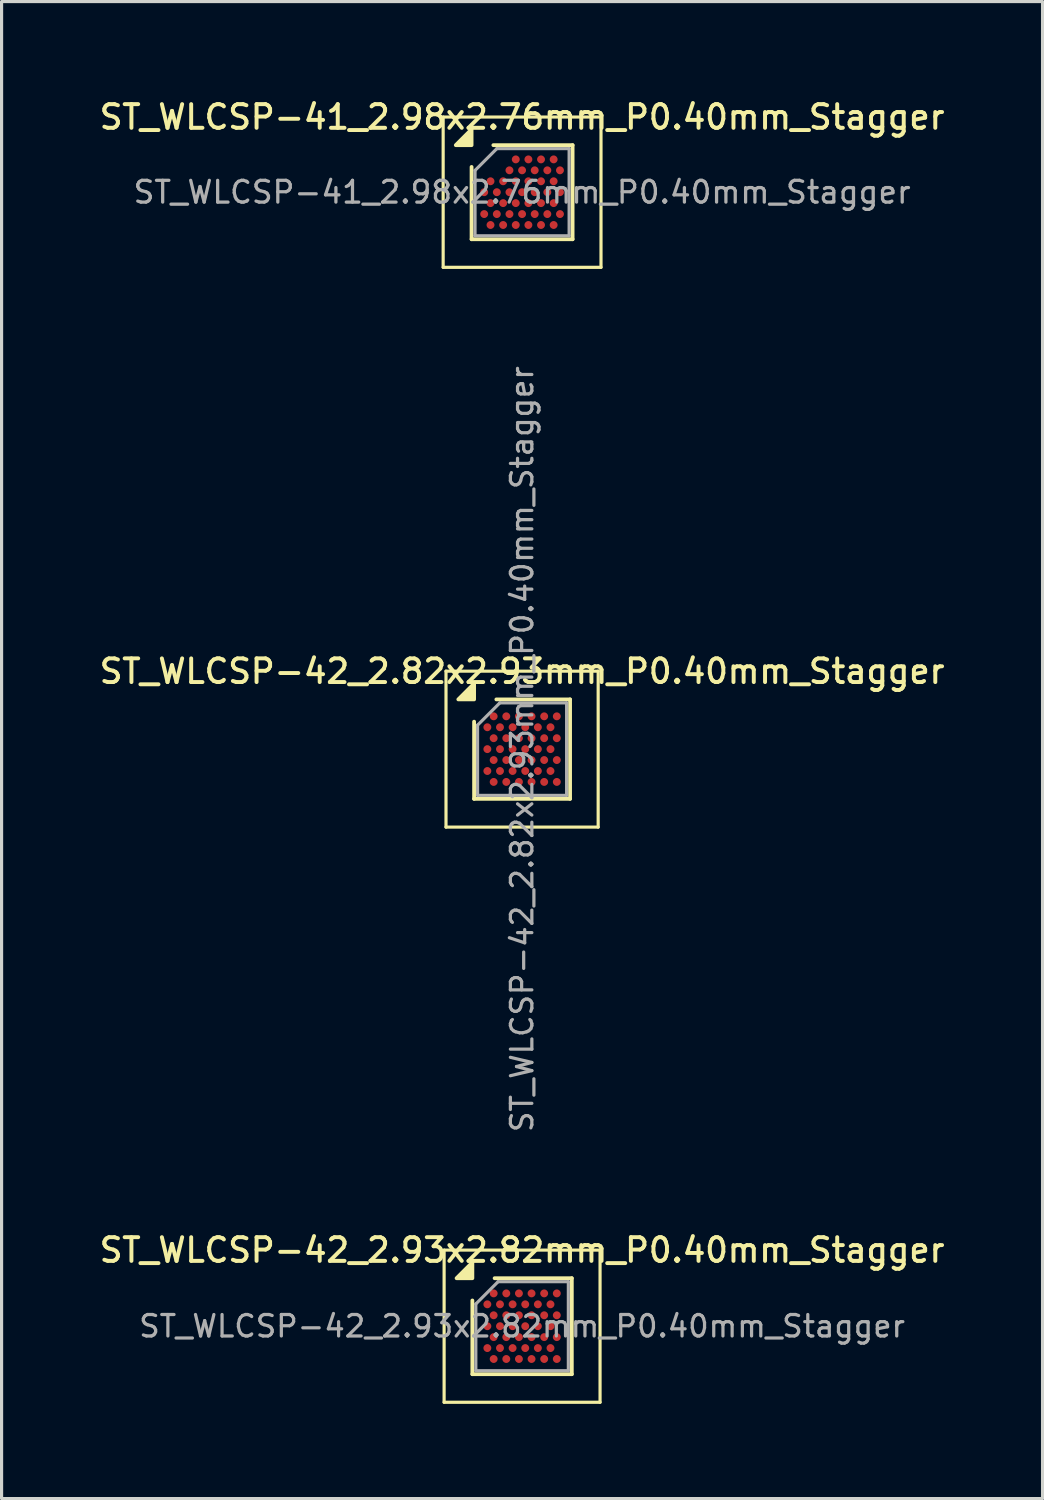
<source format=kicad_pcb>
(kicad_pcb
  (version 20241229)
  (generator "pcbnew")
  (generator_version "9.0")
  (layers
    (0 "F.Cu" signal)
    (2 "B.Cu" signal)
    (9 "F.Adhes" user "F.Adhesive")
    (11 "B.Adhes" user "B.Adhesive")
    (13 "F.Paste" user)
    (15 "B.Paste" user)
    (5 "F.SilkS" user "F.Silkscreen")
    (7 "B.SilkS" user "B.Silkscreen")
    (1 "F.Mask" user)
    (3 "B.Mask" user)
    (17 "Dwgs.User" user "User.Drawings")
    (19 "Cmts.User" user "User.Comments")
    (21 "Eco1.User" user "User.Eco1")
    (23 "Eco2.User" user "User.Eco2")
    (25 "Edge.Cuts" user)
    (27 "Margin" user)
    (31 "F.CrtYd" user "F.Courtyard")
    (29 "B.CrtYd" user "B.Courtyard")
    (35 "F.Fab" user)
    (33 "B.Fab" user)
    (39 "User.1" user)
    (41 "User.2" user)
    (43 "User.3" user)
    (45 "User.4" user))
  (footprint "ST_WLCSP-41_2.98x2.76mm_P0.40mm_Stagger"
    (layer "F.Cu")
    (at 13.488 3.038)
    (property "Reference" "ST_WLCSP-41_2.98x2.76mm_P0.40mm_Stagger" (at 0 -2.38 0) (layer "F.SilkS") (effects (font (size 0.75 0.75) (thickness 0.125))))
    (attr smd)
    (fp_line (start -2.5 -2.38) (end -2.5 2.38) (stroke (width 0.1) (type solid)) (layer "F.SilkS"))
    (fp_line (start -2.5 2.38) (end 2.5 2.38) (stroke (width 0.1) (type solid)) (layer "F.SilkS"))
    (fp_line (start -1.6 1.49) (end -1.6 -0.8) (stroke (width 0.12) (type solid)) (layer "F.SilkS"))
    (fp_line (start -0.91 -1.49) (end 1.6 -1.49) (stroke (width 0.12) (type solid)) (layer "F.SilkS"))
    (fp_line (start 1.6 -1.49) (end 1.6 1.49) (stroke (width 0.12) (type solid)) (layer "F.SilkS"))
    (fp_line (start 1.6 1.49) (end -1.6 1.49) (stroke (width 0.12) (type solid)) (layer "F.SilkS"))
    (fp_line (start 2.5 -2.38) (end -2.5 -2.38) (stroke (width 0.1) (type solid)) (layer "F.SilkS"))
    (fp_line (start 2.5 2.38) (end 2.5 -2.38) (stroke (width 0.1) (type solid)) (layer "F.SilkS"))
    (fp_poly (pts (xy -1.6 -1.49) (xy -2.1 -1.49) (xy -1.6 -1.99) (xy -1.6 -1.49)) (stroke (width 0.12) (type solid)) (fill yes) (layer "F.SilkS"))
    (fp_line (start -1.49 -0.69) (end -0.8 -1.38) (stroke (width 0.1) (type solid)) (layer "F.Fab"))
    (fp_line (start -1.49 1.38) (end -1.49 -0.69) (stroke (width 0.1) (type solid)) (layer "F.Fab"))
    (fp_line (start -0.8 -1.38) (end 1.49 -1.38) (stroke (width 0.1) (type solid)) (layer "F.Fab"))
    (fp_line (start 1.49 -1.38) (end 1.49 1.38) (stroke (width 0.1) (type solid)) (layer "F.Fab"))
    (fp_line (start 1.49 1.38) (end -1.49 1.38) (stroke (width 0.1) (type solid)) (layer "F.Fab"))
    (fp_text user "${REFERENCE}" (at 0 0 0) (layer "F.Fab") (effects (font (size 0.69 0.69) (thickness 0.103))))
    (pad "A6" smd circle (at -0.2 -1.039) (size 0.25 0.25) (property pad_prop_bga) (layers "F.Cu" "F.Mask" "F.Paste"))
    (pad "A8" smd circle (at 0.2 -1.039) (size 0.25 0.25) (property pad_prop_bga) (layers "F.Cu" "F.Mask" "F.Paste"))
    (pad "A10" smd circle (at 0.6 -1.039) (size 0.25 0.25) (property pad_prop_bga) (layers "F.Cu" "F.Mask" "F.Paste"))
    (pad "A12" smd circle (at 1 -1.039) (size 0.25 0.25) (property pad_prop_bga) (layers "F.Cu" "F.Mask" "F.Paste"))
    (pad "B5" smd circle (at -0.4 -0.693) (size 0.25 0.25) (property pad_prop_bga) (layers "F.Cu" "F.Mask" "F.Paste"))
    (pad "B7" smd circle (at 0 -0.693) (size 0.25 0.25) (property pad_prop_bga) (layers "F.Cu" "F.Mask" "F.Paste"))
    (pad "B9" smd circle (at 0.4 -0.693) (size 0.25 0.25) (property pad_prop_bga) (layers "F.Cu" "F.Mask" "F.Paste"))
    (pad "B11" smd circle (at 0.8 -0.693) (size 0.25 0.25) (property pad_prop_bga) (layers "F.Cu" "F.Mask" "F.Paste"))
    (pad "B13" smd circle (at 1.2 -0.693) (size 0.25 0.25) (property pad_prop_bga) (layers "F.Cu" "F.Mask" "F.Paste"))
    (pad "C2" smd circle (at -1 -0.346) (size 0.25 0.25) (property pad_prop_bga) (layers "F.Cu" "F.Mask" "F.Paste"))
    (pad "C4" smd circle (at -0.6 -0.346) (size 0.25 0.25) (property pad_prop_bga) (layers "F.Cu" "F.Mask" "F.Paste"))
    (pad "C6" smd circle (at -0.2 -0.346) (size 0.25 0.25) (property pad_prop_bga) (layers "F.Cu" "F.Mask" "F.Paste"))
    (pad "C8" smd circle (at 0.2 -0.346) (size 0.25 0.25) (property pad_prop_bga) (layers "F.Cu" "F.Mask" "F.Paste"))
    (pad "C10" smd circle (at 0.6 -0.346) (size 0.25 0.25) (property pad_prop_bga) (layers "F.Cu" "F.Mask" "F.Paste"))
    (pad "C12" smd circle (at 1 -0.346) (size 0.25 0.25) (property pad_prop_bga) (layers "F.Cu" "F.Mask" "F.Paste"))
    (pad "D1" smd circle (at -1.2 0) (size 0.25 0.25) (property pad_prop_bga) (layers "F.Cu" "F.Mask" "F.Paste"))
    (pad "D3" smd circle (at -0.8 0) (size 0.25 0.25) (property pad_prop_bga) (layers "F.Cu" "F.Mask" "F.Paste"))
    (pad "D5" smd circle (at -0.4 0) (size 0.25 0.25) (property pad_prop_bga) (layers "F.Cu" "F.Mask" "F.Paste"))
    (pad "D7" smd circle (at 0 0) (size 0.25 0.25) (property pad_prop_bga) (layers "F.Cu" "F.Mask" "F.Paste"))
    (pad "D9" smd circle (at 0.4 0) (size 0.25 0.25) (property pad_prop_bga) (layers "F.Cu" "F.Mask" "F.Paste"))
    (pad "D11" smd circle (at 0.8 0) (size 0.25 0.25) (property pad_prop_bga) (layers "F.Cu" "F.Mask" "F.Paste"))
    (pad "D13" smd circle (at 1.2 0) (size 0.25 0.25) (property pad_prop_bga) (layers "F.Cu" "F.Mask" "F.Paste"))
    (pad "E2" smd circle (at -1 0.346) (size 0.25 0.25) (property pad_prop_bga) (layers "F.Cu" "F.Mask" "F.Paste"))
    (pad "E4" smd circle (at -0.6 0.346) (size 0.25 0.25) (property pad_prop_bga) (layers "F.Cu" "F.Mask" "F.Paste"))
    (pad "E6" smd circle (at -0.2 0.346) (size 0.25 0.25) (property pad_prop_bga) (layers "F.Cu" "F.Mask" "F.Paste"))
    (pad "E8" smd circle (at 0.2 0.346) (size 0.25 0.25) (property pad_prop_bga) (layers "F.Cu" "F.Mask" "F.Paste"))
    (pad "E10" smd circle (at 0.6 0.346) (size 0.25 0.25) (property pad_prop_bga) (layers "F.Cu" "F.Mask" "F.Paste"))
    (pad "E12" smd circle (at 1 0.346) (size 0.25 0.25) (property pad_prop_bga) (layers "F.Cu" "F.Mask" "F.Paste"))
    (pad "F1" smd circle (at -1.2 0.693) (size 0.25 0.25) (property pad_prop_bga) (layers "F.Cu" "F.Mask" "F.Paste"))
    (pad "F3" smd circle (at -0.8 0.693) (size 0.25 0.25) (property pad_prop_bga) (layers "F.Cu" "F.Mask" "F.Paste"))
    (pad "F5" smd circle (at -0.4 0.693) (size 0.25 0.25) (property pad_prop_bga) (layers "F.Cu" "F.Mask" "F.Paste"))
    (pad "F7" smd circle (at 0 0.693) (size 0.25 0.25) (property pad_prop_bga) (layers "F.Cu" "F.Mask" "F.Paste"))
    (pad "F9" smd circle (at 0.4 0.693) (size 0.25 0.25) (property pad_prop_bga) (layers "F.Cu" "F.Mask" "F.Paste"))
    (pad "F11" smd circle (at 0.8 0.693) (size 0.25 0.25) (property pad_prop_bga) (layers "F.Cu" "F.Mask" "F.Paste"))
    (pad "F13" smd circle (at 1.2 0.693) (size 0.25 0.25) (property pad_prop_bga) (layers "F.Cu" "F.Mask" "F.Paste"))
    (pad "G2" smd circle (at -1 1.039) (size 0.25 0.25) (property pad_prop_bga) (layers "F.Cu" "F.Mask" "F.Paste"))
    (pad "G4" smd circle (at -0.6 1.039) (size 0.25 0.25) (property pad_prop_bga) (layers "F.Cu" "F.Mask" "F.Paste"))
    (pad "G6" smd circle (at -0.2 1.039) (size 0.25 0.25) (property pad_prop_bga) (layers "F.Cu" "F.Mask" "F.Paste"))
    (pad "G8" smd circle (at 0.2 1.039) (size 0.25 0.25) (property pad_prop_bga) (layers "F.Cu" "F.Mask" "F.Paste"))
    (pad "G10" smd circle (at 0.6 1.039) (size 0.25 0.25) (property pad_prop_bga) (layers "F.Cu" "F.Mask" "F.Paste"))
    (pad "G12" smd circle (at 1 1.039) (size 0.25 0.25) (property pad_prop_bga) (layers "F.Cu" "F.Mask" "F.Paste")))
  (footprint "ST_WLCSP-42_2.82x2.93mm_P0.40mm_Stagger"
    (layer "F.Cu")
    (at 13.488 20.68)
    (property "Reference" "ST_WLCSP-42_2.82x2.93mm_P0.40mm_Stagger" (at 0 -2.465 0) (layer "F.SilkS") (effects (font (size 0.75 0.75) (thickness 0.125))))
    (attr smd)
    (fp_line (start -2.41 -2.47) (end -2.41 2.47) (stroke (width 0.1) (type solid)) (layer "F.SilkS"))
    (fp_line (start -2.41 2.47) (end 2.41 2.47) (stroke (width 0.1) (type solid)) (layer "F.SilkS"))
    (fp_line (start -1.52 1.575) (end -1.52 -0.87) (stroke (width 0.12) (type solid)) (layer "F.SilkS"))
    (fp_line (start -0.815 -1.575) (end 1.52 -1.575) (stroke (width 0.12) (type solid)) (layer "F.SilkS"))
    (fp_line (start 1.52 -1.575) (end 1.52 1.575) (stroke (width 0.12) (type solid)) (layer "F.SilkS"))
    (fp_line (start 1.52 1.575) (end -1.52 1.575) (stroke (width 0.12) (type solid)) (layer "F.SilkS"))
    (fp_line (start 2.41 -2.47) (end -2.41 -2.47) (stroke (width 0.1) (type solid)) (layer "F.SilkS"))
    (fp_line (start 2.41 2.47) (end 2.41 -2.47) (stroke (width 0.1) (type solid)) (layer "F.SilkS"))
    (fp_poly (pts (xy -1.52 -1.575) (xy -2.02 -1.575) (xy -1.52 -2.075) (xy -1.52 -1.575)) (stroke (width 0.12) (type solid)) (fill yes) (layer "F.SilkS"))
    (fp_line (start -1.41 -0.76) (end -0.705 -1.465) (stroke (width 0.1) (type solid)) (layer "F.Fab"))
    (fp_line (start -1.41 1.465) (end -1.41 -0.76) (stroke (width 0.1) (type solid)) (layer "F.Fab"))
    (fp_line (start -0.705 -1.465) (end 1.41 -1.465) (stroke (width 0.1) (type solid)) (layer "F.Fab"))
    (fp_line (start 1.41 -1.465) (end 1.41 1.465) (stroke (width 0.1) (type solid)) (layer "F.Fab"))
    (fp_line (start 1.41 1.465) (end -1.41 1.465) (stroke (width 0.1) (type solid)) (layer "F.Fab"))
    (fp_text user "${REFERENCE}" (at 0 0 270) (layer "F.Fab") (effects (font (size 0.68 0.68) (thickness 0.102))))
    (pad "A2" smd circle (at -0.9 -1.039) (size 0.25 0.25) (property pad_prop_bga) (layers "F.Cu" "F.Mask" "F.Paste"))
    (pad "A4" smd circle (at -0.5 -1.039) (size 0.25 0.25) (property pad_prop_bga) (layers "F.Cu" "F.Mask" "F.Paste"))
    (pad "A6" smd circle (at -0.1 -1.039) (size 0.25 0.25) (property pad_prop_bga) (layers "F.Cu" "F.Mask" "F.Paste"))
    (pad "A8" smd circle (at 0.3 -1.039) (size 0.25 0.25) (property pad_prop_bga) (layers "F.Cu" "F.Mask" "F.Paste"))
    (pad "A10" smd circle (at 0.7 -1.039) (size 0.25 0.25) (property pad_prop_bga) (layers "F.Cu" "F.Mask" "F.Paste"))
    (pad "A12" smd circle (at 1.1 -1.039) (size 0.25 0.25) (property pad_prop_bga) (layers "F.Cu" "F.Mask" "F.Paste"))
    (pad "B1" smd circle (at -1.1 -0.693) (size 0.25 0.25) (property pad_prop_bga) (layers "F.Cu" "F.Mask" "F.Paste"))
    (pad "B3" smd circle (at -0.7 -0.693) (size 0.25 0.25) (property pad_prop_bga) (layers "F.Cu" "F.Mask" "F.Paste"))
    (pad "B5" smd circle (at -0.3 -0.693) (size 0.25 0.25) (property pad_prop_bga) (layers "F.Cu" "F.Mask" "F.Paste"))
    (pad "B7" smd circle (at 0.1 -0.693) (size 0.25 0.25) (property pad_prop_bga) (layers "F.Cu" "F.Mask" "F.Paste"))
    (pad "B9" smd circle (at 0.5 -0.693) (size 0.25 0.25) (property pad_prop_bga) (layers "F.Cu" "F.Mask" "F.Paste"))
    (pad "B11" smd circle (at 0.9 -0.693) (size 0.25 0.25) (property pad_prop_bga) (layers "F.Cu" "F.Mask" "F.Paste"))
    (pad "C2" smd circle (at -0.9 -0.346) (size 0.25 0.25) (property pad_prop_bga) (layers "F.Cu" "F.Mask" "F.Paste"))
    (pad "C4" smd circle (at -0.5 -0.346) (size 0.25 0.25) (property pad_prop_bga) (layers "F.Cu" "F.Mask" "F.Paste"))
    (pad "C6" smd circle (at -0.1 -0.346) (size 0.25 0.25) (property pad_prop_bga) (layers "F.Cu" "F.Mask" "F.Paste"))
    (pad "C8" smd circle (at 0.3 -0.346) (size 0.25 0.25) (property pad_prop_bga) (layers "F.Cu" "F.Mask" "F.Paste"))
    (pad "C10" smd circle (at 0.7 -0.346) (size 0.25 0.25) (property pad_prop_bga) (layers "F.Cu" "F.Mask" "F.Paste"))
    (pad "C12" smd circle (at 1.1 -0.346) (size 0.25 0.25) (property pad_prop_bga) (layers "F.Cu" "F.Mask" "F.Paste"))
    (pad "D1" smd circle (at -1.1 0) (size 0.25 0.25) (property pad_prop_bga) (layers "F.Cu" "F.Mask" "F.Paste"))
    (pad "D3" smd circle (at -0.7 0) (size 0.25 0.25) (property pad_prop_bga) (layers "F.Cu" "F.Mask" "F.Paste"))
    (pad "D5" smd circle (at -0.3 0) (size 0.25 0.25) (property pad_prop_bga) (layers "F.Cu" "F.Mask" "F.Paste"))
    (pad "D7" smd circle (at 0.1 0) (size 0.25 0.25) (property pad_prop_bga) (layers "F.Cu" "F.Mask" "F.Paste"))
    (pad "D9" smd circle (at 0.5 0) (size 0.25 0.25) (property pad_prop_bga) (layers "F.Cu" "F.Mask" "F.Paste"))
    (pad "D11" smd circle (at 0.9 0) (size 0.25 0.25) (property pad_prop_bga) (layers "F.Cu" "F.Mask" "F.Paste"))
    (pad "E2" smd circle (at -0.9 0.346) (size 0.25 0.25) (property pad_prop_bga) (layers "F.Cu" "F.Mask" "F.Paste"))
    (pad "E4" smd circle (at -0.5 0.346) (size 0.25 0.25) (property pad_prop_bga) (layers "F.Cu" "F.Mask" "F.Paste"))
    (pad "E6" smd circle (at -0.1 0.346) (size 0.25 0.25) (property pad_prop_bga) (layers "F.Cu" "F.Mask" "F.Paste"))
    (pad "E8" smd circle (at 0.3 0.346) (size 0.25 0.25) (property pad_prop_bga) (layers "F.Cu" "F.Mask" "F.Paste"))
    (pad "E10" smd circle (at 0.7 0.346) (size 0.25 0.25) (property pad_prop_bga) (layers "F.Cu" "F.Mask" "F.Paste"))
    (pad "E12" smd circle (at 1.1 0.346) (size 0.25 0.25) (property pad_prop_bga) (layers "F.Cu" "F.Mask" "F.Paste"))
    (pad "F1" smd circle (at -1.1 0.693) (size 0.25 0.25) (property pad_prop_bga) (layers "F.Cu" "F.Mask" "F.Paste"))
    (pad "F3" smd circle (at -0.7 0.693) (size 0.25 0.25) (property pad_prop_bga) (layers "F.Cu" "F.Mask" "F.Paste"))
    (pad "F5" smd circle (at -0.3 0.693) (size 0.25 0.25) (property pad_prop_bga) (layers "F.Cu" "F.Mask" "F.Paste"))
    (pad "F7" smd circle (at 0.1 0.693) (size 0.25 0.25) (property pad_prop_bga) (layers "F.Cu" "F.Mask" "F.Paste"))
    (pad "F9" smd circle (at 0.5 0.693) (size 0.25 0.25) (property pad_prop_bga) (layers "F.Cu" "F.Mask" "F.Paste"))
    (pad "F11" smd circle (at 0.9 0.693) (size 0.25 0.25) (property pad_prop_bga) (layers "F.Cu" "F.Mask" "F.Paste"))
    (pad "G2" smd circle (at -0.9 1.039) (size 0.25 0.25) (property pad_prop_bga) (layers "F.Cu" "F.Mask" "F.Paste"))
    (pad "G4" smd circle (at -0.5 1.039) (size 0.25 0.25) (property pad_prop_bga) (layers "F.Cu" "F.Mask" "F.Paste"))
    (pad "G6" smd circle (at -0.1 1.039) (size 0.25 0.25) (property pad_prop_bga) (layers "F.Cu" "F.Mask" "F.Paste"))
    (pad "G8" smd circle (at 0.3 1.039) (size 0.25 0.25) (property pad_prop_bga) (layers "F.Cu" "F.Mask" "F.Paste"))
    (pad "G10" smd circle (at 0.7 1.039) (size 0.25 0.25) (property pad_prop_bga) (layers "F.Cu" "F.Mask" "F.Paste"))
    (pad "G12" smd circle (at 1.1 1.039) (size 0.25 0.25) (property pad_prop_bga) (layers "F.Cu" "F.Mask" "F.Paste")))
  (footprint "ST_WLCSP-42_2.93x2.82mm_P0.40mm_Stagger"
    (layer "F.Cu")
    (at 13.488 38.96)
    (property "Reference" "ST_WLCSP-42_2.93x2.82mm_P0.40mm_Stagger" (at 0 -2.41 0) (layer "F.SilkS") (effects (font (size 0.75 0.75) (thickness 0.125))))
    (attr smd)
    (fp_line (start -2.47 -2.41) (end -2.47 2.41) (stroke (width 0.1) (type solid)) (layer "F.SilkS"))
    (fp_line (start -2.47 2.41) (end 2.47 2.41) (stroke (width 0.1) (type solid)) (layer "F.SilkS"))
    (fp_line (start -1.575 1.52) (end -1.575 -0.815) (stroke (width 0.12) (type solid)) (layer "F.SilkS"))
    (fp_line (start -0.87 -1.52) (end 1.575 -1.52) (stroke (width 0.12) (type solid)) (layer "F.SilkS"))
    (fp_line (start 1.575 -1.52) (end 1.575 1.52) (stroke (width 0.12) (type solid)) (layer "F.SilkS"))
    (fp_line (start 1.575 1.52) (end -1.575 1.52) (stroke (width 0.12) (type solid)) (layer "F.SilkS"))
    (fp_line (start 2.47 -2.41) (end -2.47 -2.41) (stroke (width 0.1) (type solid)) (layer "F.SilkS"))
    (fp_line (start 2.47 2.41) (end 2.47 -2.41) (stroke (width 0.1) (type solid)) (layer "F.SilkS"))
    (fp_poly (pts (xy -1.575 -1.52) (xy -2.075 -1.52) (xy -1.575 -2.02) (xy -1.575 -1.52)) (stroke (width 0.12) (type solid)) (fill yes) (layer "F.SilkS"))
    (fp_line (start -1.465 -0.705) (end -0.76 -1.41) (stroke (width 0.1) (type solid)) (layer "F.Fab"))
    (fp_line (start -1.465 1.41) (end -1.465 -0.705) (stroke (width 0.1) (type solid)) (layer "F.Fab"))
    (fp_line (start -0.76 -1.41) (end 1.465 -1.41) (stroke (width 0.1) (type solid)) (layer "F.Fab"))
    (fp_line (start 1.465 -1.41) (end 1.465 1.41) (stroke (width 0.1) (type solid)) (layer "F.Fab"))
    (fp_line (start 1.465 1.41) (end -1.465 1.41) (stroke (width 0.1) (type solid)) (layer "F.Fab"))
    (fp_text user "${REFERENCE}" (at 0 0 0) (layer "F.Fab") (effects (font (size 0.68 0.68) (thickness 0.102))))
    (pad "A2" smd circle (at -0.9 -1.039) (size 0.25 0.25) (property pad_prop_bga) (layers "F.Cu" "F.Mask" "F.Paste"))
    (pad "A4" smd circle (at -0.5 -1.039) (size 0.25 0.25) (property pad_prop_bga) (layers "F.Cu" "F.Mask" "F.Paste"))
    (pad "A6" smd circle (at -0.1 -1.039) (size 0.25 0.25) (property pad_prop_bga) (layers "F.Cu" "F.Mask" "F.Paste"))
    (pad "A8" smd circle (at 0.3 -1.039) (size 0.25 0.25) (property pad_prop_bga) (layers "F.Cu" "F.Mask" "F.Paste"))
    (pad "A10" smd circle (at 0.7 -1.039) (size 0.25 0.25) (property pad_prop_bga) (layers "F.Cu" "F.Mask" "F.Paste"))
    (pad "A12" smd circle (at 1.1 -1.039) (size 0.25 0.25) (property pad_prop_bga) (layers "F.Cu" "F.Mask" "F.Paste"))
    (pad "B1" smd circle (at -1.1 -0.693) (size 0.25 0.25) (property pad_prop_bga) (layers "F.Cu" "F.Mask" "F.Paste"))
    (pad "B3" smd circle (at -0.7 -0.693) (size 0.25 0.25) (property pad_prop_bga) (layers "F.Cu" "F.Mask" "F.Paste"))
    (pad "B5" smd circle (at -0.3 -0.693) (size 0.25 0.25) (property pad_prop_bga) (layers "F.Cu" "F.Mask" "F.Paste"))
    (pad "B7" smd circle (at 0.1 -0.693) (size 0.25 0.25) (property pad_prop_bga) (layers "F.Cu" "F.Mask" "F.Paste"))
    (pad "B9" smd circle (at 0.5 -0.693) (size 0.25 0.25) (property pad_prop_bga) (layers "F.Cu" "F.Mask" "F.Paste"))
    (pad "B11" smd circle (at 0.9 -0.693) (size 0.25 0.25) (property pad_prop_bga) (layers "F.Cu" "F.Mask" "F.Paste"))
    (pad "C2" smd circle (at -0.9 -0.346) (size 0.25 0.25) (property pad_prop_bga) (layers "F.Cu" "F.Mask" "F.Paste"))
    (pad "C4" smd circle (at -0.5 -0.346) (size 0.25 0.25) (property pad_prop_bga) (layers "F.Cu" "F.Mask" "F.Paste"))
    (pad "C6" smd circle (at -0.1 -0.346) (size 0.25 0.25) (property pad_prop_bga) (layers "F.Cu" "F.Mask" "F.Paste"))
    (pad "C8" smd circle (at 0.3 -0.346) (size 0.25 0.25) (property pad_prop_bga) (layers "F.Cu" "F.Mask" "F.Paste"))
    (pad "C10" smd circle (at 0.7 -0.346) (size 0.25 0.25) (property pad_prop_bga) (layers "F.Cu" "F.Mask" "F.Paste"))
    (pad "C12" smd circle (at 1.1 -0.346) (size 0.25 0.25) (property pad_prop_bga) (layers "F.Cu" "F.Mask" "F.Paste"))
    (pad "D1" smd circle (at -1.1 0) (size 0.25 0.25) (property pad_prop_bga) (layers "F.Cu" "F.Mask" "F.Paste"))
    (pad "D3" smd circle (at -0.7 0) (size 0.25 0.25) (property pad_prop_bga) (layers "F.Cu" "F.Mask" "F.Paste"))
    (pad "D5" smd circle (at -0.3 0) (size 0.25 0.25) (property pad_prop_bga) (layers "F.Cu" "F.Mask" "F.Paste"))
    (pad "D7" smd circle (at 0.1 0) (size 0.25 0.25) (property pad_prop_bga) (layers "F.Cu" "F.Mask" "F.Paste"))
    (pad "D9" smd circle (at 0.5 0) (size 0.25 0.25) (property pad_prop_bga) (layers "F.Cu" "F.Mask" "F.Paste"))
    (pad "D11" smd circle (at 0.9 0) (size 0.25 0.25) (property pad_prop_bga) (layers "F.Cu" "F.Mask" "F.Paste"))
    (pad "E2" smd circle (at -0.9 0.346) (size 0.25 0.25) (property pad_prop_bga) (layers "F.Cu" "F.Mask" "F.Paste"))
    (pad "E4" smd circle (at -0.5 0.346) (size 0.25 0.25) (property pad_prop_bga) (layers "F.Cu" "F.Mask" "F.Paste"))
    (pad "E6" smd circle (at -0.1 0.346) (size 0.25 0.25) (property pad_prop_bga) (layers "F.Cu" "F.Mask" "F.Paste"))
    (pad "E8" smd circle (at 0.3 0.346) (size 0.25 0.25) (property pad_prop_bga) (layers "F.Cu" "F.Mask" "F.Paste"))
    (pad "E10" smd circle (at 0.7 0.346) (size 0.25 0.25) (property pad_prop_bga) (layers "F.Cu" "F.Mask" "F.Paste"))
    (pad "E12" smd circle (at 1.1 0.346) (size 0.25 0.25) (property pad_prop_bga) (layers "F.Cu" "F.Mask" "F.Paste"))
    (pad "F1" smd circle (at -1.1 0.693) (size 0.25 0.25) (property pad_prop_bga) (layers "F.Cu" "F.Mask" "F.Paste"))
    (pad "F3" smd circle (at -0.7 0.693) (size 0.25 0.25) (property pad_prop_bga) (layers "F.Cu" "F.Mask" "F.Paste"))
    (pad "F5" smd circle (at -0.3 0.693) (size 0.25 0.25) (property pad_prop_bga) (layers "F.Cu" "F.Mask" "F.Paste"))
    (pad "F7" smd circle (at 0.1 0.693) (size 0.25 0.25) (property pad_prop_bga) (layers "F.Cu" "F.Mask" "F.Paste"))
    (pad "F9" smd circle (at 0.5 0.693) (size 0.25 0.25) (property pad_prop_bga) (layers "F.Cu" "F.Mask" "F.Paste"))
    (pad "F11" smd circle (at 0.9 0.693) (size 0.25 0.25) (property pad_prop_bga) (layers "F.Cu" "F.Mask" "F.Paste"))
    (pad "G2" smd circle (at -0.9 1.039) (size 0.25 0.25) (property pad_prop_bga) (layers "F.Cu" "F.Mask" "F.Paste"))
    (pad "G4" smd circle (at -0.5 1.039) (size 0.25 0.25) (property pad_prop_bga) (layers "F.Cu" "F.Mask" "F.Paste"))
    (pad "G6" smd circle (at -0.1 1.039) (size 0.25 0.25) (property pad_prop_bga) (layers "F.Cu" "F.Mask" "F.Paste"))
    (pad "G8" smd circle (at 0.3 1.039) (size 0.25 0.25) (property pad_prop_bga) (layers "F.Cu" "F.Mask" "F.Paste"))
    (pad "G10" smd circle (at 0.7 1.039) (size 0.25 0.25) (property pad_prop_bga) (layers "F.Cu" "F.Mask" "F.Paste"))
    (pad "G12" smd circle (at 1.1 1.039) (size 0.25 0.25) (property pad_prop_bga) (layers "F.Cu" "F.Mask" "F.Paste")))
  (gr_rect
    (start -3 -3)
    (end 29.975 44.42)
    (stroke (width 0.1) (type default))
    (fill no)
    (layer "Edge.Cuts")))
</source>
